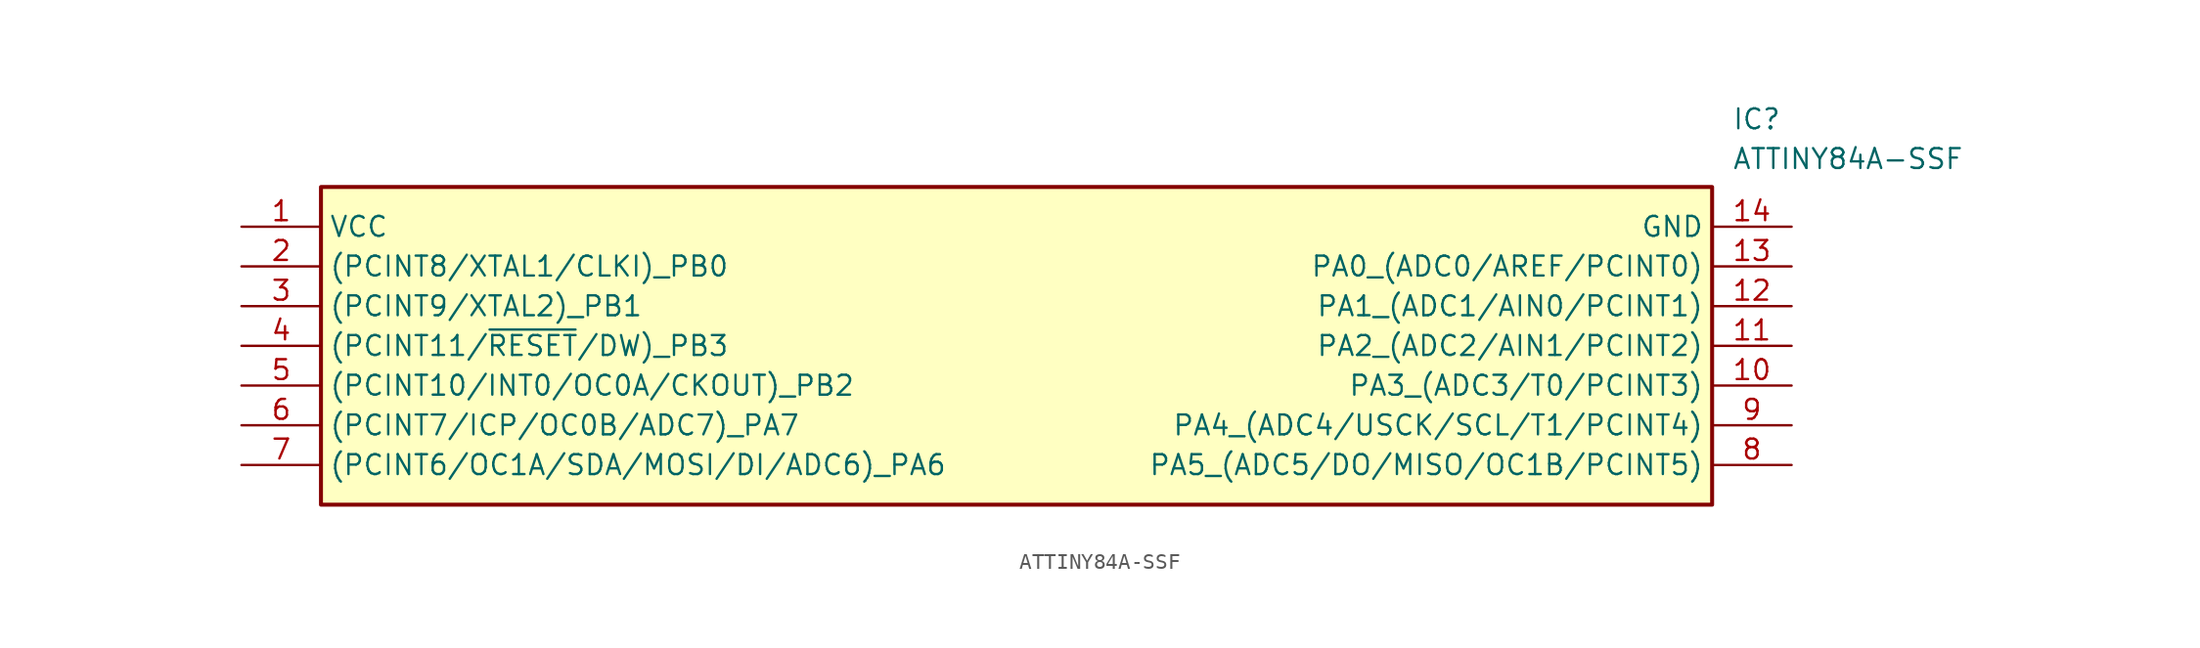
<source format=kicad_sym>
(kicad_symbol_lib
  (version 20211014)
  (generator SamacSys_ECAD_Model)
  (symbol "ATTINY84A-SSF"
    (property "Reference" "IC"
      (at 95.25 7.62 0)
      (effects (font (size 1.27 1.27)) (justify left top)))
    (property "Value" "ATTINY84A-SSF"
      (at 95.25 5.08 0)
      (effects (font (size 1.27 1.27)) (justify left top)))
    (rectangle
      (start 5.08 2.54)
      (end 93.98 -17.78)
      (stroke (width 0.254) (type default))
      (fill (type background)))
    (pin passive line
      (at 0 0 0)
      (length 5.08)
      (name "VCC" (effects (font (size 1.27 1.27))))
      (number "1" (effects (font (size 1.27 1.27)))))
    (pin passive line
      (at 0 -2.54 0)
      (length 5.08)
      (name "(PCINT8/XTAL1/CLKI)_PB0" (effects (font (size 1.27 1.27))))
      (number "2" (effects (font (size 1.27 1.27)))))
    (pin passive line
      (at 0 -5.08 0)
      (length 5.08)
      (name "(PCINT9/XTAL2)_PB1" (effects (font (size 1.27 1.27))))
      (number "3" (effects (font (size 1.27 1.27)))))
    (pin passive line
      (at 0 -7.62 0)
      (length 5.08)
      (name "(PCINT11/~{RESET}/DW)_PB3" (effects (font (size 1.27 1.27))))
      (number "4" (effects (font (size 1.27 1.27)))))
    (pin passive line
      (at 0 -10.16 0)
      (length 5.08)
      (name "(PCINT10/INT0/OC0A/CKOUT)_PB2" (effects (font (size 1.27 1.27))))
      (number "5" (effects (font (size 1.27 1.27)))))
    (pin passive line
      (at 0 -12.7 0)
      (length 5.08)
      (name "(PCINT7/ICP/OC0B/ADC7)_PA7" (effects (font (size 1.27 1.27))))
      (number "6" (effects (font (size 1.27 1.27)))))
    (pin passive line
      (at 0 -15.24 0)
      (length 5.08)
      (name "(PCINT6/OC1A/SDA/MOSI/DI/ADC6)_PA6" (effects (font (size 1.27 1.27))))
      (number "7" (effects (font (size 1.27 1.27)))))
    (pin passive line
      (at 99.06 0 180)
      (length 5.08)
      (name "GND" (effects (font (size 1.27 1.27))))
      (number "14" (effects (font (size 1.27 1.27)))))
    (pin passive line
      (at 99.06 -2.54 180)
      (length 5.08)
      (name "PA0_(ADC0/AREF/PCINT0)" (effects (font (size 1.27 1.27))))
      (number "13" (effects (font (size 1.27 1.27)))))
    (pin passive line
      (at 99.06 -5.08 180)
      (length 5.08)
      (name "PA1_(ADC1/AIN0/PCINT1)" (effects (font (size 1.27 1.27))))
      (number "12" (effects (font (size 1.27 1.27)))))
    (pin passive line
      (at 99.06 -7.62 180)
      (length 5.08)
      (name "PA2_(ADC2/AIN1/PCINT2)" (effects (font (size 1.27 1.27))))
      (number "11" (effects (font (size 1.27 1.27)))))
    (pin passive line
      (at 99.06 -10.16 180)
      (length 5.08)
      (name "PA3_(ADC3/T0/PCINT3)" (effects (font (size 1.27 1.27))))
      (number "10" (effects (font (size 1.27 1.27)))))
    (pin passive line
      (at 99.06 -12.7 180)
      (length 5.08)
      (name "PA4_(ADC4/USCK/SCL/T1/PCINT4)" (effects (font (size 1.27 1.27))))
      (number "9" (effects (font (size 1.27 1.27)))))
    (pin passive line
      (at 99.06 -15.24 180)
      (length 5.08)
      (name "PA5_(ADC5/DO/MISO/OC1B/PCINT5)" (effects (font (size 1.27 1.27))))
      (number "8" (effects (font (size 1.27 1.27)))))))
</source>
